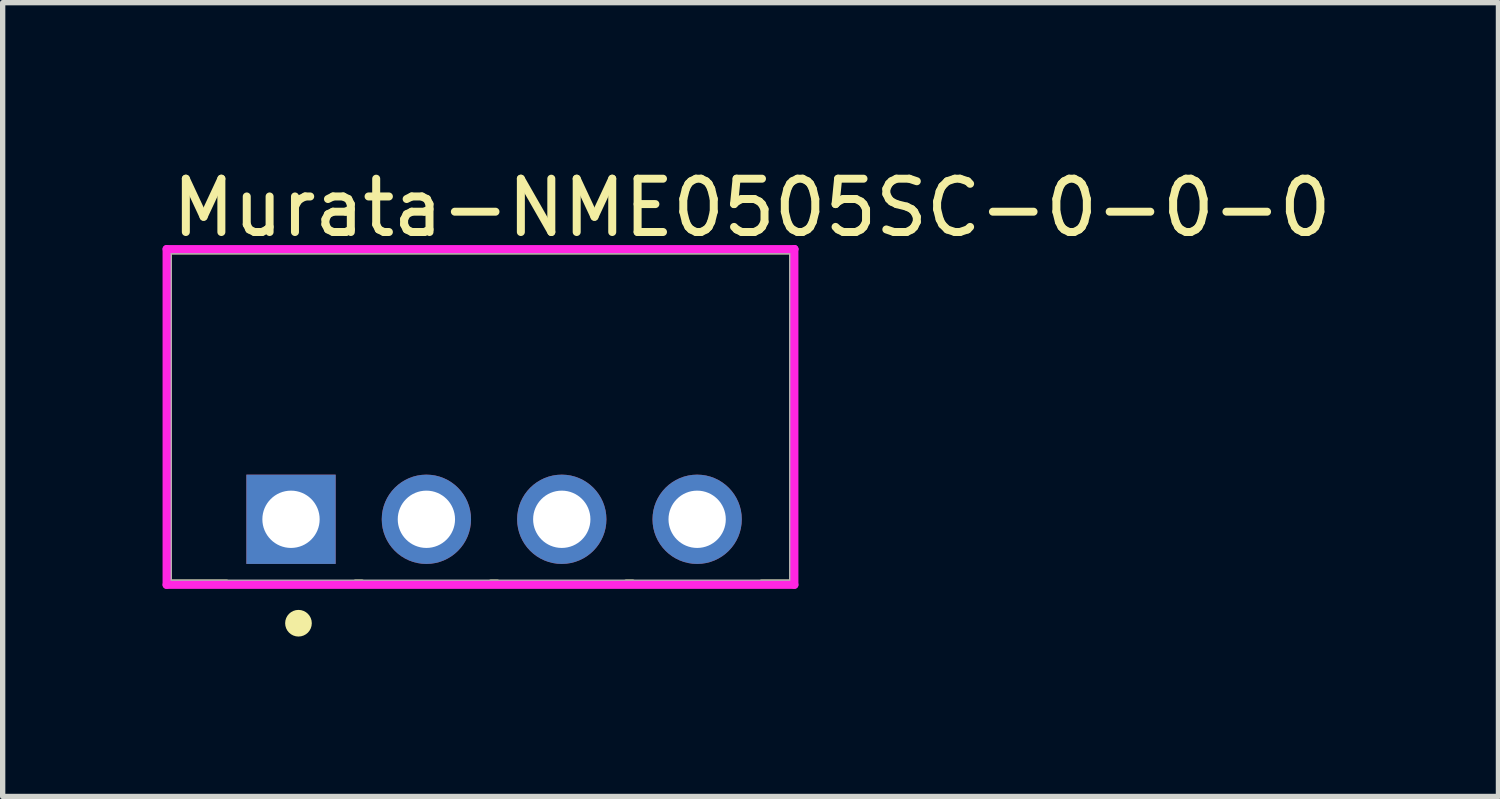
<source format=kicad_pcb>
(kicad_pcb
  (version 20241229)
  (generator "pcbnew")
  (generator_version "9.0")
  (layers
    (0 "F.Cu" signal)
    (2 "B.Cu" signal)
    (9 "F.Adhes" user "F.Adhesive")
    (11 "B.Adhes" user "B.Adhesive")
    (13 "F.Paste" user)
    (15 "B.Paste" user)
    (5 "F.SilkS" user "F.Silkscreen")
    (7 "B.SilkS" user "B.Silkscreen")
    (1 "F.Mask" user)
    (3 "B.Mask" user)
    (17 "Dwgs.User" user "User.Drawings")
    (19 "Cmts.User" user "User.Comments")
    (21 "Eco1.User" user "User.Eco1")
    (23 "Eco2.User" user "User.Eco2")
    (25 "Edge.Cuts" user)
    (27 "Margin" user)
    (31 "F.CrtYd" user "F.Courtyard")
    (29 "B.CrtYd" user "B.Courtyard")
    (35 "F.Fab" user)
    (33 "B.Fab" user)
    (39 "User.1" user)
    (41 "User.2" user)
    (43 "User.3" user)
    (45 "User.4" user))
  (footprint "Murata-NME0505SC-0-0-0"
    (layer "F.Cu")
    (at 5.965 4.773)
    (property "Reference" "Murata-NME0505SC-0-0-0" (at -5.865 -3.925 0) (layer "F.SilkS") (effects (font (size 1 1) (thickness 0.15)) (justify left)))
    (attr through_hole)
    (fp_line (start -5.865 -3.125) (end 5.865 -3.125) (stroke (width 0.15) (type solid)) (layer "F.SilkS"))
    (fp_line (start -5.865 3.125) (end -5.865 -3.125) (stroke (width 0.15) (type solid)) (layer "F.SilkS"))
    (fp_line (start -5.865 3.125) (end -4.768 3.125) (stroke (width 0.15) (type solid)) (layer "F.SilkS"))
    (fp_line (start -2.342 3.125) (end -2.228 3.125) (stroke (width 0.15) (type solid)) (layer "F.SilkS"))
    (fp_line (start 0.198 3.125) (end 0.312 3.125) (stroke (width 0.15) (type solid)) (layer "F.SilkS"))
    (fp_line (start 2.737 3.125) (end 2.853 3.125) (stroke (width 0.15) (type solid)) (layer "F.SilkS"))
    (fp_line (start 5.277 3.125) (end 5.865 3.125) (stroke (width 0.15) (type solid)) (layer "F.SilkS"))
    (fp_line (start 5.865 3.125) (end 5.865 -3.125) (stroke (width 0.15) (type solid)) (layer "F.SilkS"))
    (fp_circle (center -3.415 3.87) (end -3.29 3.87) (stroke (width 0.25) (type solid)) (fill no) (layer "F.SilkS"))
    (fp_line (start -5.89 -3.15) (end -5.89 3.15) (stroke (width 0.15) (type solid)) (layer "F.CrtYd"))
    (fp_line (start -5.89 3.15) (end 5.89 3.15) (stroke (width 0.15) (type solid)) (layer "F.CrtYd"))
    (fp_line (start 5.89 -3.15) (end -5.89 -3.15) (stroke (width 0.15) (type solid)) (layer "F.CrtYd"))
    (fp_line (start 5.89 -3.15) (end 5.89 -3.15) (stroke (width 0.15) (type solid)) (layer "F.CrtYd"))
    (fp_line (start 5.89 3.15) (end 5.89 -3.15) (stroke (width 0.15) (type solid)) (layer "F.CrtYd"))
    (fp_line (start -5.865 -3.125) (end 5.865 -3.125) (stroke (width 0.15) (type solid)) (layer "F.Fab"))
    (fp_line (start -5.865 3.125) (end -5.865 -3.125) (stroke (width 0.15) (type solid)) (layer "F.Fab"))
    (fp_line (start 5.865 -3.125) (end 5.865 3.125) (stroke (width 0.15) (type solid)) (layer "F.Fab"))
    (fp_line (start 5.865 3.125) (end -5.865 3.125) (stroke (width 0.15) (type solid)) (layer "F.Fab"))
    (pad "1" thru_hole rect (at -3.555 1.92) (size 1.675 1.675) (drill 1.075) (layers "*.Cu"))
    (pad "2" thru_hole circle (at -1.015 1.92) (size 1.675 1.675) (drill 1.075) (layers "*.Cu"))
    (pad "3" thru_hole circle (at 1.525 1.92) (size 1.675 1.675) (drill 1.075) (layers "*.Cu"))
    (pad "4" thru_hole circle (at 4.065 1.92) (size 1.675 1.675) (drill 1.075) (layers "*.Cu")))
  (gr_rect
    (start -3 -3)
    (end 25.064 11.893)
    (stroke (width 0.1) (type default))
    (fill no)
    (layer "Edge.Cuts")))
</source>
